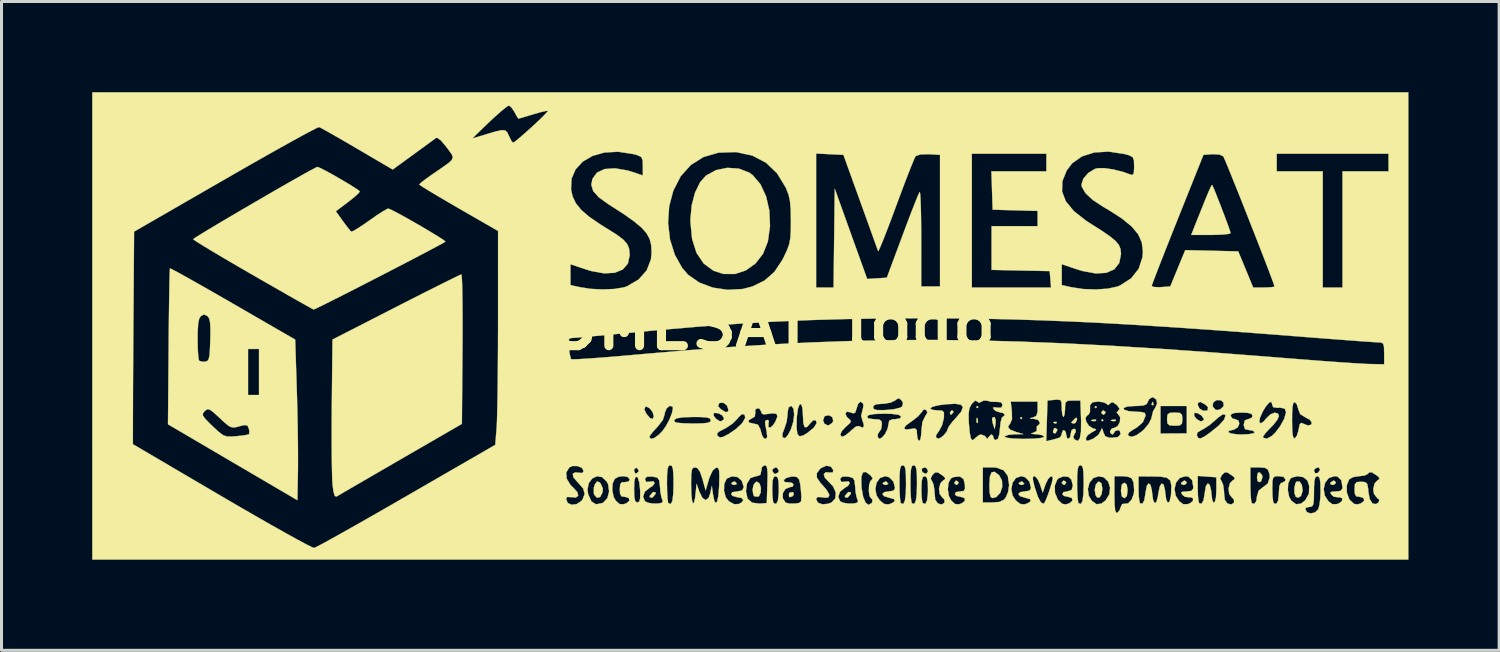
<source format=kicad_pcb>
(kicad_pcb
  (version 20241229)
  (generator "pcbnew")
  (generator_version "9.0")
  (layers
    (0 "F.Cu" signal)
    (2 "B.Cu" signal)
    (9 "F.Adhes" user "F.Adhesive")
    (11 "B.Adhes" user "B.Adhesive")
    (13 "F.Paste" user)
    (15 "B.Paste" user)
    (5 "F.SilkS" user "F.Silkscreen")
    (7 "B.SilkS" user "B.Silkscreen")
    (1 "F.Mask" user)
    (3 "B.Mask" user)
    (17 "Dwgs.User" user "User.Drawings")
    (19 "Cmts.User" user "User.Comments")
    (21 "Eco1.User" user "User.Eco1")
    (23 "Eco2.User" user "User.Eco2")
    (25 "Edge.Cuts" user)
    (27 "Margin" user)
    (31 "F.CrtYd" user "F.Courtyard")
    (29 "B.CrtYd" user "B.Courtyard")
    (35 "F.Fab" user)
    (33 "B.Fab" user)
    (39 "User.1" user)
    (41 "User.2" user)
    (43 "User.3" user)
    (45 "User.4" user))
  (footprint "SOMESAT_logo"
    (layer "F.Cu")
    (at 21.776 7.698)
    (property "Reference" "SOMESAT_logo" (at 0 0 0) (layer "F.SilkS") (effects (font (size 1.524 1.524) (thickness 0.3))))
    (attr through_hole)
    (fp_poly (pts (xy 7.547 2.721) (xy 7.511 2.758) (xy 7.475 2.721) (xy 7.511 2.685) (xy 7.547 2.721)) (stroke (width 0.01) (type solid)) (fill yes) (layer "F.SilkS"))
    (fp_poly (pts (xy 8.999 3.084) (xy 8.963 3.121) (xy 8.926 3.084) (xy 8.963 3.048) (xy 8.999 3.084)) (stroke (width 0.01) (type solid)) (fill yes) (layer "F.SilkS"))
    (fp_poly (pts (xy 11.466 2.721) (xy 11.43 2.758) (xy 11.394 2.721) (xy 11.43 2.685) (xy 11.466 2.721)) (stroke (width 0.01) (type solid)) (fill yes) (layer "F.SilkS"))
    (fp_poly (pts (xy 11.684 3.157) (xy 11.648 3.193) (xy 11.611 3.157) (xy 11.648 3.121) (xy 11.684 3.157)) (stroke (width 0.01) (type solid)) (fill yes) (layer "F.SilkS"))
    (fp_poly (pts (xy 7.524 3.107) (xy 7.533 3.22) (xy 7.519 3.246) (xy 7.486 3.224) (xy 7.481 3.151) (xy 7.498 3.073) (xy 7.524 3.107)) (stroke (width 0.01) (type solid)) (fill yes) (layer "F.SilkS"))
    (fp_poly (pts (xy 10.136 3.217) (xy 10.126 3.26) (xy 10.087 3.266) (xy 10.028 3.239) (xy 10.039 3.217) (xy 10.125 3.209) (xy 10.136 3.217)) (stroke (width 0.01) (type solid)) (fill yes) (layer "F.SilkS"))
    (fp_poly (pts (xy 11.447 3.149) (xy 11.425 3.182) (xy 11.351 3.187) (xy 11.274 3.17) (xy 11.308 3.144) (xy 11.421 3.135) (xy 11.447 3.149)) (stroke (width 0.01) (type solid)) (fill yes) (layer "F.SilkS"))
    (fp_poly (pts (xy 12.1 3.149) (xy 12.078 3.182) (xy 12.005 3.187) (xy 11.927 3.17) (xy 11.961 3.144) (xy 12.074 3.135) (xy 12.1 3.149)) (stroke (width 0.01) (type solid)) (fill yes) (layer "F.SilkS"))
    (fp_poly (pts (xy 13.329 2.564) (xy 13.338 2.65) (xy 13.329 2.661) (xy 13.286 2.651) (xy 13.281 2.613) (xy 13.307 2.553) (xy 13.329 2.564)) (stroke (width 0.01) (type solid)) (fill yes) (layer "F.SilkS"))
    (fp_poly (pts (xy -0.503 5.192) (xy -0.439 5.262) (xy -0.512 5.296) (xy -0.549 5.298) (xy -0.623 5.262) (xy -0.616 5.224) (xy -0.529 5.182) (xy -0.503 5.192)) (stroke (width 0.01) (type solid)) (fill yes) (layer "F.SilkS"))
    (fp_poly (pts (xy 1.441 5.603) (xy 1.4 5.668) (xy 1.309 5.704) (xy 1.277 5.672) (xy 1.283 5.574) (xy 1.31 5.549) (xy 1.413 5.533) (xy 1.441 5.603)) (stroke (width 0.01) (type solid)) (fill yes) (layer "F.SilkS"))
    (fp_poly (pts (xy 4.504 5.192) (xy 4.569 5.262) (xy 4.495 5.296) (xy 4.459 5.298) (xy 4.384 5.262) (xy 4.391 5.224) (xy 4.478 5.182) (xy 4.504 5.192)) (stroke (width 0.01) (type solid)) (fill yes) (layer "F.SilkS"))
    (fp_poly (pts (xy 8.119 3.148) (xy 8.113 3.278) (xy 8.086 3.447) (xy 8.028 3.278) (xy 7.999 3.134) (xy 8.013 3.067) (xy 8.082 3.052) (xy 8.119 3.148)) (stroke (width 0.01) (type solid)) (fill yes) (layer "F.SilkS"))
    (fp_poly (pts (xy 9.004 5.192) (xy 9.068 5.262) (xy 8.995 5.296) (xy 8.958 5.298) (xy 8.884 5.262) (xy 8.891 5.224) (xy 8.978 5.182) (xy 9.004 5.192)) (stroke (width 0.01) (type solid)) (fill yes) (layer "F.SilkS"))
    (fp_poly (pts (xy -3.13 5.549) (xy -3.134 5.593) (xy -3.226 5.703) (xy -3.261 5.72) (xy -3.329 5.7) (xy -3.325 5.656) (xy -3.233 5.546) (xy -3.198 5.529) (xy -3.13 5.549)) (stroke (width 0.01) (type solid)) (fill yes) (layer "F.SilkS"))
    (fp_poly (pts (xy 3.329 5.549) (xy 3.325 5.593) (xy 3.233 5.703) (xy 3.198 5.72) (xy 3.13 5.7) (xy 3.134 5.656) (xy 3.226 5.546) (xy 3.261 5.529) (xy 3.329 5.549)) (stroke (width 0.01) (type solid)) (fill yes) (layer "F.SilkS"))
    (fp_poly (pts (xy 6.724 2.875) (xy 6.713 2.903) (xy 6.648 2.972) (xy 6.636 2.975) (xy 6.605 2.919) (xy 6.604 2.903) (xy 6.66 2.833) (xy 6.681 2.83) (xy 6.724 2.875)) (stroke (width 0.01) (type solid)) (fill yes) (layer "F.SilkS"))
    (fp_poly (pts (xy 6.892 5.208) (xy 6.894 5.225) (xy 6.839 5.296) (xy 6.822 5.298) (xy 6.751 5.242) (xy 6.749 5.225) (xy 6.804 5.155) (xy 6.822 5.153) (xy 6.892 5.208)) (stroke (width 0.01) (type solid)) (fill yes) (layer "F.SilkS"))
    (fp_poly (pts (xy 10.158 3.463) (xy 10.16 3.479) (xy 10.107 3.577) (xy 10.087 3.592) (xy 10.025 3.576) (xy 10.015 3.524) (xy 10.053 3.425) (xy 10.087 3.411) (xy 10.158 3.463)) (stroke (width 0.01) (type solid)) (fill yes) (layer "F.SilkS"))
    (fp_poly (pts (xy 10.448 5.208) (xy 10.45 5.225) (xy 10.395 5.296) (xy 10.378 5.298) (xy 10.307 5.242) (xy 10.305 5.225) (xy 10.36 5.155) (xy 10.378 5.153) (xy 10.448 5.208)) (stroke (width 0.01) (type solid)) (fill yes) (layer "F.SilkS"))
    (fp_poly (pts (xy 10.812 3.139) (xy 10.757 3.246) (xy 10.692 3.266) (xy 10.621 3.241) (xy 10.637 3.211) (xy 10.743 3.102) (xy 10.757 3.084) (xy 10.802 3.077) (xy 10.812 3.139)) (stroke (width 0.01) (type solid)) (fill yes) (layer "F.SilkS"))
    (fp_poly (pts (xy 11.754 2.886) (xy 11.757 2.903) (xy 11.701 2.973) (xy 11.684 2.975) (xy 11.614 2.92) (xy 11.611 2.903) (xy 11.667 2.832) (xy 11.684 2.83) (xy 11.754 2.886)) (stroke (width 0.01) (type solid)) (fill yes) (layer "F.SilkS"))
    (fp_poly (pts (xy 14.44 5.208) (xy 14.442 5.225) (xy 14.383 5.289) (xy 14.329 5.298) (xy 14.253 5.263) (xy 14.26 5.225) (xy 14.353 5.155) (xy 14.373 5.153) (xy 14.44 5.208)) (stroke (width 0.01) (type solid)) (fill yes) (layer "F.SilkS"))
    (fp_poly (pts (xy 16.932 4.969) (xy 16.945 5.044) (xy 16.903 5.171) (xy 16.855 5.207) (xy 16.784 5.171) (xy 16.764 5.044) (xy 16.792 4.902) (xy 16.855 4.88) (xy 16.932 4.969)) (stroke (width 0.01) (type solid)) (fill yes) (layer "F.SilkS"))
    (fp_poly (pts (xy 19.375 5.208) (xy 19.377 5.225) (xy 19.318 5.289) (xy 19.263 5.298) (xy 19.188 5.263) (xy 19.195 5.225) (xy 19.288 5.155) (xy 19.308 5.153) (xy 19.375 5.208)) (stroke (width 0.01) (type solid)) (fill yes) (layer "F.SilkS"))
    (fp_poly (pts (xy -4.994 5.209) (xy -4.955 5.247) (xy -4.877 5.421) (xy -4.891 5.546) (xy -4.968 5.695) (xy -5.071 5.723) (xy -5.159 5.628) (xy -5.177 5.576) (xy -5.177 5.384) (xy -5.142 5.278) (xy -5.071 5.181) (xy -4.994 5.209)) (stroke (width 0.01) (type solid)) (fill yes) (layer "F.SilkS"))
    (fp_poly (pts (xy 0.306 5.249) (xy 0.35 5.388) (xy 0.345 5.547) (xy 0.288 5.666) (xy 0.255 5.686) (xy 0.136 5.676) (xy 0.1 5.628) (xy 0.075 5.456) (xy 0.108 5.293) (xy 0.185 5.196) (xy 0.218 5.189) (xy 0.306 5.249)) (stroke (width 0.01) (type solid)) (fill yes) (layer "F.SilkS"))
    (fp_poly (pts (xy 11.62 5.245) (xy 11.648 5.424) (xy 11.648 5.437) (xy 11.62 5.614) (xy 11.553 5.713) (xy 11.474 5.712) (xy 11.424 5.636) (xy 11.396 5.459) (xy 11.428 5.294) (xy 11.505 5.197) (xy 11.539 5.189) (xy 11.62 5.245)) (stroke (width 0.01) (type solid)) (fill yes) (layer "F.SilkS"))
    (fp_poly (pts (xy 18.176 5.186) (xy 18.249 5.295) (xy 18.273 5.471) (xy 18.271 5.51) (xy 18.218 5.665) (xy 18.124 5.722) (xy 18.048 5.686) (xy 18.004 5.568) (xy 18.003 5.393) (xy 18.038 5.238) (xy 18.078 5.184) (xy 18.176 5.186)) (stroke (width 0.01) (type solid)) (fill yes) (layer "F.SilkS"))
    (fp_poly (pts (xy 12.454 5.28) (xy 12.482 5.456) (xy 12.482 5.479) (xy 12.459 5.667) (xy 12.383 5.733) (xy 12.373 5.733) (xy 12.293 5.678) (xy 12.265 5.502) (xy 12.265 5.479) (xy 12.288 5.291) (xy 12.364 5.226) (xy 12.373 5.225) (xy 12.454 5.28)) (stroke (width 0.01) (type solid)) (fill yes) (layer "F.SilkS"))
    (fp_poly (pts (xy 14.213 2.915) (xy 14.283 2.977) (xy 14.297 3.121) (xy 14.282 3.267) (xy 14.211 3.327) (xy 14.043 3.338) (xy 13.872 3.326) (xy 13.802 3.265) (xy 13.789 3.121) (xy 13.803 2.974) (xy 13.875 2.914) (xy 14.043 2.903) (xy 14.213 2.915)) (stroke (width 0.01) (type solid)) (fill yes) (layer "F.SilkS"))
    (fp_poly (pts (xy 8.232 4.976) (xy 8.327 5.152) (xy 8.336 5.362) (xy 8.27 5.559) (xy 8.142 5.696) (xy 8.014 5.733) (xy 7.953 5.695) (xy 7.92 5.562) (xy 7.91 5.312) (xy 7.91 5.298) (xy 7.928 5.019) (xy 7.985 4.876) (xy 8.085 4.864) (xy 8.232 4.976)) (stroke (width 0.01) (type solid)) (fill yes) (layer "F.SilkS"))
    (fp_poly (pts (xy 15.318 -4.551) (xy 15.393 -4.371) (xy 15.491 -4.123) (xy 15.601 -3.84) (xy 15.709 -3.556) (xy 15.803 -3.304) (xy 15.868 -3.119) (xy 15.893 -3.034) (xy 15.893 -3.034) (xy 15.826 -3.008) (xy 15.646 -2.988) (xy 15.386 -2.977) (xy 15.241 -2.975) (xy 14.589 -2.975) (xy 14.725 -3.32) (xy 14.916 -3.798) (xy 15.059 -4.154) (xy 15.162 -4.401) (xy 15.23 -4.552) (xy 15.269 -4.621) (xy 15.281 -4.628) (xy 15.318 -4.551)) (stroke (width 0.01) (type solid)) (fill yes) (layer "F.SilkS"))
    (fp_poly (pts (xy -0.38 -5.169) (xy -0.04 -5.039) (xy 0.078 -4.955) (xy 0.337 -4.65) (xy 0.524 -4.245) (xy 0.631 -3.774) (xy 0.652 -3.267) (xy 0.581 -2.757) (xy 0.421 -2.352) (xy 0.171 -2.03) (xy -0.146 -1.802) (xy -0.507 -1.683) (xy -0.89 -1.684) (xy -1.221 -1.791) (xy -1.544 -2.03) (xy -1.78 -2.381) (xy -1.926 -2.841) (xy -1.981 -3.405) (xy -1.982 -3.484) (xy -1.94 -3.952) (xy -1.829 -4.375) (xy -1.66 -4.72) (xy -1.468 -4.937) (xy -1.137 -5.118) (xy -0.76 -5.195) (xy -0.38 -5.169)) (stroke (width 0.01) (type solid)) (fill yes) (layer "F.SilkS"))
    (fp_poly (pts (xy -9.548 -1.598) (xy -9.537 -1.4) (xy -9.529 -1.091) (xy -9.524 -0.685) (xy -9.521 -0.202) (xy -9.521 0.344) (xy -9.524 0.803) (xy -9.543 3.276) (xy -11.575 4.452) (xy -12.071 4.739) (xy -12.528 5.004) (xy -12.931 5.238) (xy -13.264 5.431) (xy -13.512 5.576) (xy -13.659 5.662) (xy -13.692 5.681) (xy -13.747 5.663) (xy -13.791 5.521) (xy -13.823 5.28) (xy -13.834 5.091) (xy -13.842 4.779) (xy -13.848 4.369) (xy -13.851 3.882) (xy -13.851 3.343) (xy -13.848 2.774) (xy -13.847 2.657) (xy -13.825 0.487) (xy -11.72 -0.59) (xy -11.211 -0.85) (xy -10.742 -1.087) (xy -10.331 -1.294) (xy -9.991 -1.463) (xy -9.74 -1.586) (xy -9.593 -1.655) (xy -9.56 -1.668) (xy -9.548 -1.598)) (stroke (width 0.01) (type solid)) (fill yes) (layer "F.SilkS"))
    (fp_poly (pts (xy -14.234 -5.191) (xy -14.057 -5.101) (xy -13.824 -4.973) (xy -13.567 -4.826) (xy -13.316 -4.678) (xy -13.104 -4.547) (xy -12.962 -4.451) (xy -12.919 -4.411) (xy -12.972 -4.345) (xy -13.112 -4.219) (xy -13.31 -4.063) (xy -13.316 -4.058) (xy -13.714 -3.758) (xy -13.481 -3.433) (xy -13.344 -3.249) (xy -13.24 -3.119) (xy -13.203 -3.081) (xy -13.129 -3.109) (xy -12.967 -3.206) (xy -12.744 -3.355) (xy -12.609 -3.45) (xy -12.361 -3.623) (xy -12.152 -3.758) (xy -12.012 -3.835) (xy -11.978 -3.846) (xy -11.891 -3.812) (xy -11.71 -3.72) (xy -11.462 -3.585) (xy -11.175 -3.424) (xy -10.875 -3.251) (xy -10.59 -3.082) (xy -10.346 -2.934) (xy -10.171 -2.821) (xy -10.091 -2.759) (xy -10.089 -2.755) (xy -10.15 -2.716) (xy -10.323 -2.621) (xy -10.589 -2.479) (xy -10.929 -2.3) (xy -11.326 -2.092) (xy -11.762 -1.866) (xy -12.218 -1.631) (xy -12.676 -1.395) (xy -13.118 -1.169) (xy -13.525 -0.962) (xy -13.88 -0.783) (xy -14.164 -0.641) (xy -14.359 -0.547) (xy -14.447 -0.508) (xy -14.449 -0.508) (xy -14.517 -0.543) (xy -14.695 -0.642) (xy -14.968 -0.796) (xy -15.321 -0.996) (xy -15.738 -1.235) (xy -16.205 -1.502) (xy -16.456 -1.646) (xy -16.94 -1.927) (xy -17.382 -2.185) (xy -17.766 -2.413) (xy -18.076 -2.6) (xy -18.299 -2.738) (xy -18.417 -2.817) (xy -18.433 -2.833) (xy -18.373 -2.878) (xy -18.205 -2.985) (xy -17.947 -3.142) (xy -17.616 -3.34) (xy -17.232 -3.567) (xy -16.812 -3.814) (xy -16.374 -4.07) (xy -15.936 -4.324) (xy -15.517 -4.566) (xy -15.133 -4.785) (xy -14.804 -4.971) (xy -14.547 -5.113) (xy -14.38 -5.201) (xy -14.323 -5.225) (xy -14.234 -5.191)) (stroke (width 0.01) (type solid)) (fill yes) (layer "F.SilkS"))
    (fp_poly (pts (xy -19.136 -1.839) (xy -18.959 -1.745) (xy -18.687 -1.595) (xy -18.333 -1.396) (xy -17.914 -1.158) (xy -17.444 -0.889) (xy -17.118 -0.701) (xy -15.059 0.489) (xy -15.005 2.186) (xy -14.989 2.741) (xy -14.977 3.314) (xy -14.969 3.868) (xy -14.966 4.363) (xy -14.967 4.762) (xy -14.968 4.843) (xy -14.986 5.803) (xy -19.268 3.291) (xy -19.265 3) (xy -18.113 3) (xy -18.044 3.101) (xy -17.89 3.259) (xy -17.794 3.351) (xy -17.593 3.539) (xy -17.449 3.647) (xy -17.32 3.693) (xy -17.157 3.696) (xy -17.014 3.686) (xy -16.79 3.662) (xy -16.632 3.635) (xy -16.586 3.619) (xy -16.575 3.531) (xy -16.592 3.433) (xy -16.638 3.332) (xy -16.733 3.315) (xy -16.861 3.345) (xy -17.026 3.389) (xy -17.143 3.395) (xy -17.253 3.348) (xy -17.397 3.231) (xy -17.568 3.072) (xy -17.762 2.895) (xy -17.883 2.806) (xy -17.963 2.791) (xy -18.033 2.836) (xy -18.055 2.858) (xy -18.112 2.928) (xy -18.113 3) (xy -19.265 3) (xy -19.246 0.723) (xy -19.244 0.469) (xy -18.288 0.469) (xy -18.283 0.767) (xy -18.269 1.009) (xy -18.248 1.159) (xy -18.237 1.188) (xy -18.13 1.222) (xy -18.037 1.219) (xy -17.968 1.197) (xy -17.923 1.137) (xy -17.895 1.012) (xy -17.879 0.798) (xy -16.619 0.798) (xy -16.619 2.322) (xy -16.256 2.322) (xy -16.256 0.798) (xy -16.619 0.798) (xy -17.879 0.798) (xy -17.879 0.794) (xy -17.868 0.501) (xy -17.863 0.157) (xy -17.874 -0.07) (xy -17.903 -0.208) (xy -17.955 -0.285) (xy -17.959 -0.288) (xy -18.076 -0.344) (xy -18.179 -0.29) (xy -18.235 -0.204) (xy -18.269 -0.039) (xy -18.285 0.228) (xy -18.288 0.469) (xy -19.244 0.469) (xy -19.241 0.128) (xy -19.235 -0.42) (xy -19.228 -0.904) (xy -19.221 -1.307) (xy -19.214 -1.613) (xy -19.207 -1.806) (xy -19.202 -1.868) (xy -19.136 -1.839)) (stroke (width 0.01) (type solid)) (fill yes) (layer "F.SilkS"))
    (fp_poly (pts (xy 21.771 7.765) (xy -21.771 7.765) (xy -21.771 3.95) (xy -20.429 3.95) (xy -17.49 5.675) (xy -16.892 6.024) (xy -16.331 6.348) (xy -15.818 6.641) (xy -15.366 6.895) (xy -14.989 7.104) (xy -14.699 7.259) (xy -14.509 7.354) (xy -14.433 7.383) (xy -14.348 7.344) (xy -14.15 7.24) (xy -13.853 7.077) (xy -13.469 6.862) (xy -13.012 6.604) (xy -12.493 6.309) (xy -11.927 5.985) (xy -11.529 5.756) (xy -6.096 5.756) (xy -6.042 5.895) (xy -5.91 5.954) (xy -5.745 5.932) (xy -5.59 5.828) (xy -5.548 5.774) (xy -5.48 5.596) (xy -5.52 5.448) (xy -5.388 5.448) (xy -5.364 5.609) (xy -5.257 5.842) (xy -5.107 5.938) (xy -4.906 5.9) (xy -4.863 5.879) (xy -4.729 5.733) (xy -4.672 5.517) (xy -4.678 5.47) (xy -4.567 5.47) (xy -4.524 5.689) (xy -4.452 5.818) (xy -4.327 5.929) (xy -4.205 5.939) (xy -4.106 5.907) (xy -4.001 5.822) (xy -4.018 5.732) (xy -4.144 5.691) (xy -4.155 5.691) (xy -4.266 5.673) (xy -4.311 5.582) (xy -4.318 5.443) (xy -4.318 5.437) (xy -3.846 5.437) (xy -3.838 5.691) (xy -3.809 5.829) (xy -3.753 5.877) (xy -3.737 5.878) (xy -3.674 5.848) (xy -3.645 5.738) (xy -3.645 5.686) (xy -3.548 5.686) (xy -3.49 5.834) (xy -3.39 5.886) (xy -3.229 5.912) (xy -3.059 5.914) (xy -2.93 5.889) (xy -2.894 5.839) (xy -2.944 5.693) (xy -2.972 5.544) (xy -2.991 5.334) (xy -3.002 5.249) (xy -2.758 5.249) (xy -2.752 5.532) (xy -2.739 5.757) (xy -2.719 5.886) (xy -2.711 5.901) (xy -2.633 5.928) (xy -2.579 5.827) (xy -2.549 5.591) (xy -2.541 5.286) (xy -1.959 5.286) (xy -1.951 5.594) (xy -1.929 5.804) (xy -1.899 5.904) (xy -1.864 5.885) (xy -1.829 5.737) (xy -1.814 5.613) (xy -1.777 5.261) (xy -1.681 5.534) (xy -1.58 5.732) (xy -1.474 5.797) (xy -1.379 5.726) (xy -1.324 5.57) (xy -1.273 5.334) (xy -1.235 5.609) (xy -1.192 5.821) (xy -1.145 5.898) (xy -1.099 5.847) (xy -1.06 5.676) (xy -1.043 5.487) (xy -0.871 5.487) (xy -0.813 5.704) (xy -0.71 5.838) (xy -0.53 5.935) (xy -0.383 5.928) (xy -0.292 5.881) (xy -0.229 5.797) (xy -0.29 5.729) (xy -0.451 5.699) (xy -0.588 5.66) (xy -0.635 5.606) (xy -0.598 5.537) (xy -0.441 5.515) (xy -0.394 5.505) (xy -0.145 5.505) (xy -0.093 5.747) (xy 0.061 5.885) (xy 0.305 5.916) (xy 0.544 5.897) (xy 0.56 5.431) (xy 0.726 5.431) (xy 0.733 5.667) (xy 0.752 5.839) (xy 0.772 5.901) (xy 0.856 5.926) (xy 0.913 5.815) (xy 0.922 5.736) (xy 1.073 5.736) (xy 1.165 5.877) (xy 1.18 5.887) (xy 1.296 5.914) (xy 1.477 5.914) (xy 1.618 5.894) (xy 1.681 5.836) (xy 1.686 5.765) (xy 2.177 5.765) (xy 2.237 5.884) (xy 2.387 5.939) (xy 2.582 5.92) (xy 2.69 5.876) (xy 2.814 5.741) (xy 2.818 5.686) (xy 2.91 5.686) (xy 2.969 5.834) (xy 3.069 5.886) (xy 3.23 5.912) (xy 3.4 5.914) (xy 3.528 5.889) (xy 3.565 5.839) (xy 3.515 5.693) (xy 3.486 5.544) (xy 3.468 5.334) (xy 3.444 5.146) (xy 3.383 5.058) (xy 3.289 5.035) (xy 3.673 5.035) (xy 3.676 5.32) (xy 3.684 5.407) (xy 3.735 5.695) (xy 3.814 5.882) (xy 3.909 5.956) (xy 4.01 5.902) (xy 4.036 5.864) (xy 4.037 5.772) (xy 4.004 5.75) (xy 3.946 5.664) (xy 3.922 5.499) (xy 3.925 5.429) (xy 4.137 5.429) (xy 4.177 5.645) (xy 4.282 5.806) (xy 4.427 5.924) (xy 4.56 5.942) (xy 4.675 5.907) (xy 4.781 5.834) (xy 4.751 5.765) (xy 4.596 5.72) (xy 4.427 5.67) (xy 4.37 5.597) (xy 4.431 5.535) (xy 4.566 5.515) (xy 4.738 5.487) (xy 4.79 5.402) (xy 4.752 5.249) (xy 4.935 5.249) (xy 4.94 5.532) (xy 4.954 5.757) (xy 4.974 5.886) (xy 4.981 5.901) (xy 5.06 5.928) (xy 5.113 5.827) (xy 5.144 5.591) (xy 5.153 5.257) (xy 5.152 5.249) (xy 5.298 5.249) (xy 5.303 5.532) (xy 5.317 5.757) (xy 5.337 5.886) (xy 5.344 5.901) (xy 5.422 5.928) (xy 5.476 5.827) (xy 5.507 5.591) (xy 5.511 5.431) (xy 5.661 5.431) (xy 5.668 5.667) (xy 5.687 5.839) (xy 5.707 5.901) (xy 5.79 5.926) (xy 5.847 5.815) (xy 5.876 5.573) (xy 5.878 5.439) (xy 5.87 5.187) (xy 5.848 5.091) (xy 5.966 5.091) (xy 6.012 5.17) (xy 6.065 5.291) (xy 6.094 5.492) (xy 6.096 5.56) (xy 6.12 5.788) (xy 6.203 5.907) (xy 6.328 5.945) (xy 6.406 5.899) (xy 6.428 5.869) (xy 6.418 5.772) (xy 6.36 5.72) (xy 6.266 5.596) (xy 6.248 5.445) (xy 6.535 5.445) (xy 6.571 5.666) (xy 6.652 5.818) (xy 6.776 5.929) (xy 6.898 5.939) (xy 6.997 5.907) (xy 7.102 5.822) (xy 7.086 5.731) (xy 6.962 5.691) (xy 6.956 5.691) (xy 6.818 5.659) (xy 6.769 5.606) (xy 6.803 5.535) (xy 6.929 5.515) (xy 7.059 5.499) (xy 7.104 5.421) (xy 7.098 5.28) (xy 7.056 5.104) (xy 6.953 5.029) (xy 6.908 5.02) (xy 6.731 5.036) (xy 6.636 5.083) (xy 6.557 5.23) (xy 6.535 5.445) (xy 6.248 5.445) (xy 6.244 5.413) (xy 6.292 5.24) (xy 6.368 5.16) (xy 6.451 5.099) (xy 6.423 5.036) (xy 6.35 4.978) (xy 6.205 4.883) (xy 6.111 4.886) (xy 6.021 4.974) (xy 5.966 5.091) (xy 5.848 5.091) (xy 5.84 5.053) (xy 5.781 5.008) (xy 5.769 5.007) (xy 5.705 5.042) (xy 5.672 5.162) (xy 5.661 5.397) (xy 5.661 5.431) (xy 5.511 5.431) (xy 5.515 5.257) (xy 5.511 4.95) (xy 5.494 4.762) (xy 5.493 4.761) (xy 5.669 4.761) (xy 5.687 4.862) (xy 5.709 4.886) (xy 5.815 4.933) (xy 5.876 4.857) (xy 5.878 4.826) (xy 5.82 4.73) (xy 5.769 4.717) (xy 7.693 4.717) (xy 7.693 5.878) (xy 8.015 5.878) (xy 8.247 5.859) (xy 8.39 5.787) (xy 8.45 5.717) (xy 8.529 5.532) (xy 8.545 5.429) (xy 8.637 5.429) (xy 8.676 5.645) (xy 8.781 5.806) (xy 8.927 5.924) (xy 9.06 5.942) (xy 9.174 5.907) (xy 9.28 5.834) (xy 9.251 5.765) (xy 9.095 5.72) (xy 8.926 5.67) (xy 8.87 5.597) (xy 8.931 5.535) (xy 9.065 5.515) (xy 9.238 5.487) (xy 9.289 5.402) (xy 9.236 5.188) (xy 9.183 5.132) (xy 9.351 5.132) (xy 9.399 5.332) (xy 9.415 5.388) (xy 9.519 5.698) (xy 9.615 5.876) (xy 9.699 5.919) (xy 9.726 5.9) (xy 9.777 5.802) (xy 9.851 5.616) (xy 9.896 5.484) (xy 9.948 5.318) (xy 10.075 5.318) (xy 10.081 5.559) (xy 10.17 5.774) (xy 10.195 5.805) (xy 10.323 5.923) (xy 10.438 5.942) (xy 10.553 5.907) (xy 10.658 5.822) (xy 10.642 5.731) (xy 10.518 5.691) (xy 10.512 5.691) (xy 10.374 5.659) (xy 10.325 5.606) (xy 10.359 5.535) (xy 10.481 5.515) (xy 10.63 5.466) (xy 10.673 5.32) (xy 10.655 5.249) (xy 10.813 5.249) (xy 10.818 5.532) (xy 10.832 5.757) (xy 10.852 5.886) (xy 10.86 5.901) (xy 10.938 5.928) (xy 10.992 5.827) (xy 11.022 5.591) (xy 11.026 5.436) (xy 11.168 5.436) (xy 11.2 5.659) (xy 11.296 5.818) (xy 11.456 5.935) (xy 11.618 5.915) (xy 11.757 5.806) (xy 11.88 5.606) (xy 11.904 5.386) (xy 11.841 5.187) (xy 11.701 5.048) (xy 11.539 5.007) (xy 12.047 5.007) (xy 12.047 5.63) (xy 12.053 5.947) (xy 12.072 6.137) (xy 12.107 6.219) (xy 12.138 6.223) (xy 12.221 6.135) (xy 12.237 6.084) (xy 18.361 6.084) (xy 18.415 6.199) (xy 18.541 6.24) (xy 18.687 6.206) (xy 18.793 6.101) (xy 18.833 5.957) (xy 18.86 5.722) (xy 18.869 5.484) (xy 18.867 5.431) (xy 18.972 5.431) (xy 19.009 5.653) (xy 19.128 5.837) (xy 19.261 5.936) (xy 19.402 5.933) (xy 19.479 5.907) (xy 19.578 5.828) (xy 19.585 5.741) (xy 19.505 5.702) (xy 19.462 5.709) (xy 19.311 5.687) (xy 19.236 5.629) (xy 19.189 5.551) (xy 19.203 5.543) (xy 19.737 5.543) (xy 19.813 5.758) (xy 19.848 5.806) (xy 19.976 5.923) (xy 20.091 5.942) (xy 20.205 5.907) (xy 20.31 5.822) (xy 20.293 5.732) (xy 20.167 5.691) (xy 20.157 5.691) (xy 20.046 5.673) (xy 20.001 5.582) (xy 19.993 5.443) (xy 20.005 5.272) (xy 20.066 5.203) (xy 20.211 5.192) (xy 20.345 5.204) (xy 20.412 5.263) (xy 20.441 5.406) (xy 20.451 5.53) (xy 20.497 5.771) (xy 20.586 5.911) (xy 20.704 5.931) (xy 20.786 5.876) (xy 20.814 5.79) (xy 20.737 5.725) (xy 20.637 5.595) (xy 20.61 5.443) (xy 20.655 5.252) (xy 20.737 5.16) (xy 20.82 5.099) (xy 20.792 5.036) (xy 20.719 4.978) (xy 20.566 4.88) (xy 20.474 4.883) (xy 20.429 4.935) (xy 20.332 4.985) (xy 20.157 5.007) (xy 20.143 5.007) (xy 19.951 5.037) (xy 19.819 5.108) (xy 19.816 5.111) (xy 19.737 5.304) (xy 19.737 5.543) (xy 19.203 5.543) (xy 19.246 5.52) (xy 19.368 5.515) (xy 19.532 5.494) (xy 19.592 5.414) (xy 19.594 5.376) (xy 19.554 5.141) (xy 19.432 5.023) (xy 19.334 5.007) (xy 19.144 5.068) (xy 19.02 5.222) (xy 18.972 5.431) (xy 18.867 5.431) (xy 18.861 5.218) (xy 18.836 5.069) (xy 18.786 5.011) (xy 18.76 5.007) (xy 18.701 5.037) (xy 18.667 5.145) (xy 18.652 5.356) (xy 18.651 5.515) (xy 18.647 5.782) (xy 18.629 5.935) (xy 18.589 6.005) (xy 18.517 6.023) (xy 18.506 6.023) (xy 18.388 6.049) (xy 18.361 6.084) (xy 12.237 6.084) (xy 12.251 6.04) (xy 12.305 5.929) (xy 12.369 5.923) (xy 12.501 5.907) (xy 12.617 5.784) (xy 12.689 5.592) (xy 12.7 5.48) (xy 12.697 5.433) (xy 12.845 5.433) (xy 12.853 5.669) (xy 12.874 5.842) (xy 12.895 5.904) (xy 12.974 5.918) (xy 13.036 5.802) (xy 13.075 5.568) (xy 13.076 5.557) (xy 13.117 5.332) (xy 13.178 5.245) (xy 13.242 5.296) (xy 13.287 5.484) (xy 13.295 5.565) (xy 13.328 5.801) (xy 13.38 5.901) (xy 13.437 5.862) (xy 13.486 5.682) (xy 13.498 5.594) (xy 13.546 5.355) (xy 13.608 5.25) (xy 13.671 5.28) (xy 13.718 5.448) (xy 13.73 5.565) (xy 13.763 5.79) (xy 13.815 5.886) (xy 13.871 5.85) (xy 13.914 5.677) (xy 13.921 5.615) (xy 13.929 5.431) (xy 14.037 5.431) (xy 14.074 5.653) (xy 14.193 5.837) (xy 14.326 5.936) (xy 14.467 5.933) (xy 14.545 5.907) (xy 14.643 5.828) (xy 14.65 5.741) (xy 14.57 5.702) (xy 14.527 5.709) (xy 14.376 5.687) (xy 14.301 5.629) (xy 14.254 5.551) (xy 14.311 5.52) (xy 14.433 5.515) (xy 14.597 5.494) (xy 14.647 5.427) (xy 14.805 5.427) (xy 14.812 5.664) (xy 14.833 5.84) (xy 14.854 5.904) (xy 14.933 5.918) (xy 14.996 5.802) (xy 15.035 5.568) (xy 15.036 5.557) (xy 15.076 5.332) (xy 15.138 5.245) (xy 15.201 5.296) (xy 15.247 5.484) (xy 15.254 5.565) (xy 15.284 5.794) (xy 15.328 5.887) (xy 15.374 5.852) (xy 15.409 5.698) (xy 15.421 5.461) (xy 15.421 5.091) (xy 15.546 5.091) (xy 15.591 5.17) (xy 15.644 5.291) (xy 15.673 5.492) (xy 15.675 5.56) (xy 15.699 5.788) (xy 15.782 5.907) (xy 15.907 5.945) (xy 15.986 5.899) (xy 16.008 5.869) (xy 15.998 5.772) (xy 15.94 5.72) (xy 15.846 5.596) (xy 15.824 5.413) (xy 15.872 5.24) (xy 15.948 5.16) (xy 16.031 5.099) (xy 16.002 5.036) (xy 15.929 4.978) (xy 15.785 4.883) (xy 15.691 4.886) (xy 15.6 4.974) (xy 15.546 5.091) (xy 15.421 5.091) (xy 15.421 5.044) (xy 15.113 5.021) (xy 14.805 4.999) (xy 14.805 5.427) (xy 14.647 5.427) (xy 14.657 5.414) (xy 14.659 5.376) (xy 14.619 5.141) (xy 14.497 5.023) (xy 14.399 5.007) (xy 14.209 5.068) (xy 14.085 5.222) (xy 14.037 5.431) (xy 13.929 5.431) (xy 13.934 5.328) (xy 13.896 5.151) (xy 13.782 5.058) (xy 13.565 5.022) (xy 13.353 5.016) (xy 12.845 5.011) (xy 12.845 5.433) (xy 12.697 5.433) (xy 12.683 5.222) (xy 12.617 5.078) (xy 12.478 5.017) (xy 12.329 5.007) (xy 12.047 5.007) (xy 11.539 5.007) (xy 11.35 5.069) (xy 11.222 5.225) (xy 11.168 5.436) (xy 11.026 5.436) (xy 11.031 5.257) (xy 11.026 4.95) (xy 11.009 4.762) (xy 10.993 4.717) (xy 16.546 4.717) (xy 16.546 5.286) (xy 16.552 5.56) (xy 16.567 5.775) (xy 16.587 5.892) (xy 16.593 5.901) (xy 16.678 5.922) (xy 16.743 5.827) (xy 16.764 5.673) (xy 16.821 5.483) (xy 16.889 5.431) (xy 17.272 5.431) (xy 17.279 5.667) (xy 17.299 5.839) (xy 17.318 5.901) (xy 17.403 5.925) (xy 17.462 5.821) (xy 17.489 5.604) (xy 17.49 5.547) (xy 17.495 5.47) (xy 17.785 5.47) (xy 17.828 5.689) (xy 17.9 5.818) (xy 18.06 5.935) (xy 18.222 5.915) (xy 18.361 5.806) (xy 18.483 5.589) (xy 18.493 5.328) (xy 18.431 5.148) (xy 18.303 5.042) (xy 18.112 5.008) (xy 17.928 5.05) (xy 17.867 5.095) (xy 17.797 5.249) (xy 17.785 5.47) (xy 17.495 5.47) (xy 17.504 5.334) (xy 17.554 5.237) (xy 17.599 5.225) (xy 17.695 5.167) (xy 17.707 5.116) (xy 17.643 5.03) (xy 17.49 5.007) (xy 17.368 5.013) (xy 17.303 5.055) (xy 17.277 5.166) (xy 17.272 5.381) (xy 17.272 5.431) (xy 16.889 5.431) (xy 16.921 5.406) (xy 17.121 5.253) (xy 17.189 5.04) (xy 17.172 4.91) (xy 17.141 4.832) (xy 18.651 4.832) (xy 18.693 4.912) (xy 18.78 4.899) (xy 18.852 4.803) (xy 18.82 4.729) (xy 18.766 4.717) (xy 18.666 4.776) (xy 18.651 4.832) (xy 17.141 4.832) (xy 17.121 4.784) (xy 17.021 4.729) (xy 16.835 4.717) (xy 16.546 4.717) (xy 10.993 4.717) (xy 10.975 4.669) (xy 10.922 4.645) (xy 10.867 4.671) (xy 10.834 4.768) (xy 10.817 4.961) (xy 10.813 5.249) (xy 10.655 5.249) (xy 10.624 5.122) (xy 10.523 5.03) (xy 10.361 5.015) (xy 10.202 5.077) (xy 10.157 5.12) (xy 10.075 5.318) (xy 9.948 5.318) (xy 9.978 5.225) (xy 10.008 5.078) (xy 9.99 5.019) (xy 9.929 5.024) (xy 9.851 5.106) (xy 9.77 5.271) (xy 9.759 5.302) (xy 9.675 5.552) (xy 9.585 5.28) (xy 9.507 5.107) (xy 9.421 5.013) (xy 9.4 5.007) (xy 9.352 5.034) (xy 9.351 5.132) (xy 9.183 5.132) (xy 9.098 5.044) (xy 8.963 5.007) (xy 8.789 5.068) (xy 8.678 5.223) (xy 8.637 5.429) (xy 8.545 5.429) (xy 8.563 5.306) (xy 8.563 5.298) (xy 8.52 5) (xy 8.383 4.812) (xy 8.147 4.725) (xy 8.015 4.717) (xy 7.693 4.717) (xy 5.769 4.717) (xy 5.669 4.761) (xy 5.493 4.761) (xy 5.46 4.669) (xy 5.407 4.645) (xy 5.352 4.671) (xy 5.318 4.768) (xy 5.302 4.961) (xy 5.298 5.249) (xy 5.152 5.249) (xy 5.148 4.95) (xy 5.131 4.762) (xy 5.097 4.669) (xy 5.044 4.645) (xy 4.989 4.671) (xy 4.955 4.768) (xy 4.939 4.961) (xy 4.935 5.249) (xy 4.752 5.249) (xy 4.736 5.188) (xy 4.599 5.044) (xy 4.463 5.007) (xy 4.29 5.068) (xy 4.178 5.223) (xy 4.137 5.429) (xy 3.925 5.429) (xy 3.929 5.315) (xy 3.969 5.174) (xy 4.009 5.135) (xy 4.051 5.082) (xy 3.978 4.983) (xy 3.823 4.868) (xy 3.722 4.885) (xy 3.673 5.035) (xy 3.289 5.035) (xy 3.249 5.025) (xy 3.211 5.021) (xy 3.042 5.023) (xy 2.979 5.084) (xy 2.975 5.117) (xy 3.016 5.2) (xy 3.114 5.191) (xy 3.254 5.179) (xy 3.294 5.239) (xy 3.227 5.332) (xy 3.141 5.384) (xy 2.968 5.52) (xy 2.91 5.686) (xy 2.818 5.686) (xy 2.829 5.552) (xy 2.742 5.349) (xy 2.603 5.203) (xy 2.465 5.058) (xy 2.431 4.94) (xy 2.498 4.877) (xy 2.625 4.887) (xy 2.732 4.885) (xy 2.743 4.803) (xy 2.662 4.687) (xy 2.513 4.662) (xy 2.345 4.735) (xy 2.317 4.758) (xy 2.201 4.906) (xy 2.202 5.055) (xy 2.324 5.235) (xy 2.395 5.309) (xy 2.531 5.47) (xy 2.607 5.608) (xy 2.613 5.639) (xy 2.578 5.714) (xy 2.452 5.718) (xy 2.395 5.708) (xy 2.233 5.695) (xy 2.178 5.752) (xy 2.177 5.765) (xy 1.686 5.765) (xy 1.69 5.698) (xy 1.683 5.579) (xy 1.655 5.288) (xy 1.613 5.116) (xy 1.54 5.035) (xy 1.421 5.017) (xy 1.36 5.021) (xy 1.194 5.064) (xy 1.106 5.134) (xy 1.106 5.135) (xy 1.137 5.202) (xy 1.238 5.207) (xy 1.378 5.228) (xy 1.431 5.28) (xy 1.4 5.353) (xy 1.315 5.37) (xy 1.162 5.429) (xy 1.077 5.569) (xy 1.073 5.736) (xy 0.922 5.736) (xy 0.941 5.573) (xy 0.943 5.439) (xy 0.935 5.187) (xy 0.905 5.053) (xy 0.846 5.008) (xy 0.835 5.007) (xy 0.771 5.042) (xy 0.737 5.162) (xy 0.726 5.397) (xy 0.726 5.431) (xy 0.56 5.431) (xy 0.565 5.271) (xy 0.572 4.963) (xy 0.566 4.826) (xy 0.726 4.826) (xy 0.784 4.922) (xy 0.835 4.935) (xy 0.931 4.877) (xy 0.943 4.826) (xy 0.885 4.73) (xy 0.835 4.717) (xy 0.738 4.775) (xy 0.726 4.826) (xy 0.566 4.826) (xy 0.563 4.774) (xy 0.536 4.676) (xy 0.487 4.645) (xy 0.475 4.645) (xy 0.384 4.707) (xy 0.363 4.826) (xy 0.333 4.964) (xy 0.215 5.007) (xy 0.184 5.007) (xy 0.001 5.071) (xy -0.111 5.253) (xy -0.145 5.505) (xy -0.394 5.505) (xy -0.269 5.48) (xy -0.216 5.367) (xy -0.28 5.172) (xy -0.293 5.148) (xy -0.424 5.036) (xy -0.607 5.013) (xy -0.774 5.085) (xy -0.784 5.095) (xy -0.863 5.262) (xy -0.871 5.487) (xy -1.043 5.487) (xy -1.035 5.393) (xy -1.031 5.31) (xy -1.024 5.014) (xy -1.03 4.836) (xy -1.055 4.749) (xy -1.104 4.726) (xy -1.138 4.73) (xy -1.247 4.822) (xy -1.349 5.045) (xy -1.372 5.117) (xy -1.478 5.479) (xy -1.584 5.098) (xy -1.665 4.861) (xy -1.747 4.743) (xy -1.825 4.717) (xy -1.893 4.732) (xy -1.933 4.797) (xy -1.953 4.941) (xy -1.959 5.193) (xy -1.959 5.286) (xy -2.541 5.286) (xy -2.54 5.257) (xy -2.545 4.95) (xy -2.562 4.762) (xy -2.596 4.669) (xy -2.649 4.645) (xy -2.704 4.671) (xy -2.737 4.768) (xy -2.754 4.961) (xy -2.758 5.249) (xy -3.002 5.249) (xy -3.015 5.146) (xy -3.076 5.058) (xy -3.21 5.025) (xy -3.248 5.021) (xy -3.417 5.023) (xy -3.48 5.084) (xy -3.483 5.117) (xy -3.443 5.2) (xy -3.344 5.191) (xy -3.204 5.179) (xy -3.165 5.239) (xy -3.232 5.332) (xy -3.318 5.384) (xy -3.491 5.52) (xy -3.548 5.686) (xy -3.645 5.686) (xy -3.644 5.518) (xy -3.646 5.467) (xy -3.673 5.211) (xy -3.723 5.057) (xy -3.756 5.025) (xy -3.809 5.052) (xy -3.838 5.19) (xy -3.846 5.437) (xy -4.318 5.437) (xy -4.305 5.273) (xy -4.249 5.208) (xy -4.155 5.206) (xy -4.02 5.181) (xy -3.991 5.115) (xy -4.051 5.038) (xy -4.192 5.008) (xy -4.356 5.026) (xy -4.485 5.095) (xy -4.555 5.249) (xy -4.567 5.47) (xy -4.678 5.47) (xy -4.701 5.286) (xy -4.752 5.182) (xy -4.906 5.037) (xy -5.076 5.011) (xy -5.232 5.085) (xy -5.345 5.237) (xy -5.388 5.448) (xy -5.52 5.448) (xy -5.527 5.42) (xy -5.7 5.22) (xy -5.726 5.195) (xy -5.854 5.042) (xy -5.875 4.929) (xy -5.791 4.881) (xy -5.697 4.892) (xy -5.557 4.903) (xy -5.515 4.831) (xy -5.515 4.829) (xy -5.517 4.826) (xy -3.846 4.826) (xy -3.809 4.916) (xy -3.768 4.921) (xy -3.693 4.846) (xy -3.69 4.826) (xy -3.747 4.741) (xy -3.768 4.731) (xy -3.834 4.766) (xy -3.846 4.826) (xy -5.517 4.826) (xy -5.577 4.729) (xy -5.72 4.672) (xy -5.885 4.671) (xy -5.988 4.718) (xy -6.091 4.885) (xy -6.075 5.091) (xy -5.949 5.3) (xy -5.868 5.377) (xy -5.724 5.533) (xy -5.694 5.653) (xy -5.773 5.714) (xy -5.922 5.701) (xy -6.062 5.695) (xy -6.096 5.756) (xy -11.529 5.756) (xy -11.377 5.668) (xy -8.438 3.97) (xy -8.429 3.85) (xy 9.792 3.85) (xy 9.994 3.802) (xy 10.16 3.757) (xy 10.251 3.723) (xy 10.3 3.633) (xy 10.305 3.588) (xy 10.346 3.494) (xy 10.378 3.483) (xy 10.437 3.544) (xy 10.45 3.629) (xy 10.481 3.746) (xy 10.523 3.774) (xy 10.584 3.713) (xy 10.595 3.641) (xy 10.628 3.485) (xy 10.713 3.439) (xy 10.754 3.456) (xy 10.771 3.535) (xy 10.733 3.602) (xy 10.683 3.715) (xy 10.729 3.791) (xy 10.833 3.843) (xy 10.903 3.756) (xy 10.941 3.53) (xy 10.945 3.163) (xy 10.943 3.114) (xy 10.942 3.081) (xy 11.089 3.081) (xy 11.117 3.211) (xy 11.205 3.341) (xy 11.332 3.424) (xy 11.357 3.43) (xy 11.442 3.455) (xy 11.412 3.496) (xy 11.303 3.554) (xy 11.162 3.652) (xy 11.103 3.749) (xy 11.115 3.827) (xy 11.175 3.835) (xy 11.321 3.777) (xy 11.353 3.763) (xy 11.509 3.647) (xy 11.587 3.527) (xy 11.626 3.427) (xy 11.655 3.455) (xy 11.682 3.556) (xy 11.741 3.683) (xy 11.863 3.732) (xy 11.977 3.737) (xy 12.166 3.712) (xy 12.247 3.626) (xy 12.251 3.61) (xy 12.223 3.502) (xy 12.161 3.483) (xy 12.061 3.521) (xy 12.047 3.556) (xy 11.992 3.626) (xy 11.974 3.629) (xy 11.91 3.57) (xy 11.902 3.52) (xy 11.962 3.43) (xy 12.039 3.411) (xy 12.156 3.351) (xy 12.229 3.213) (xy 12.238 3.06) (xy 12.178 2.964) (xy 12.121 2.898) (xy 12.176 2.843) (xy 12.218 2.775) (xy 12.201 2.752) (xy 12.351 2.752) (xy 12.367 2.808) (xy 12.515 2.855) (xy 12.743 2.874) (xy 12.956 2.886) (xy 13.057 2.92) (xy 13.078 2.989) (xy 13.074 3.019) (xy 12.987 3.226) (xy 12.791 3.395) (xy 12.687 3.454) (xy 12.529 3.562) (xy 12.491 3.65) (xy 12.576 3.697) (xy 12.635 3.701) (xy 12.745 3.663) (xy 14.777 3.663) (xy 14.826 3.748) (xy 14.902 3.759) (xy 15.034 3.691) (xy 15.211 3.567) (xy 15.229 3.552) (xy 15.817 3.552) (xy 15.907 3.594) (xy 16.088 3.622) (xy 16.256 3.629) (xy 16.488 3.618) (xy 16.645 3.589) (xy 16.691 3.556) (xy 16.629 3.501) (xy 16.51 3.483) (xy 16.372 3.453) (xy 16.329 3.335) (xy 16.329 3.302) (xy 16.35 3.213) (xy 16.843 3.213) (xy 16.887 3.26) (xy 16.986 3.198) (xy 17.071 3.095) (xy 17.21 2.962) (xy 17.352 2.906) (xy 17.458 2.934) (xy 17.49 3.023) (xy 17.44 3.138) (xy 17.313 3.303) (xy 17.204 3.415) (xy 17.054 3.572) (xy 16.969 3.689) (xy 16.962 3.73) (xy 17.085 3.77) (xy 17.25 3.68) (xy 17.363 3.574) (xy 17.524 3.365) (xy 17.641 3.157) (xy 17.925 3.157) (xy 17.931 3.475) (xy 17.949 3.667) (xy 17.984 3.751) (xy 18.016 3.756) (xy 18.084 3.671) (xy 18.137 3.499) (xy 18.143 3.462) (xy 18.178 3.292) (xy 18.231 3.243) (xy 18.288 3.267) (xy 18.451 3.332) (xy 18.557 3.303) (xy 18.578 3.237) (xy 18.517 3.144) (xy 18.369 3.062) (xy 18.366 3.061) (xy 18.194 2.955) (xy 18.13 2.787) (xy 18.083 2.631) (xy 18.016 2.558) (xy 17.97 2.582) (xy 17.941 2.702) (xy 17.927 2.937) (xy 17.925 3.157) (xy 17.641 3.157) (xy 17.658 3.125) (xy 17.667 3.106) (xy 17.727 2.892) (xy 17.683 2.773) (xy 17.526 2.739) (xy 17.435 2.747) (xy 17.3 2.726) (xy 17.272 2.654) (xy 17.244 2.549) (xy 17.167 2.571) (xy 17.05 2.713) (xy 16.957 2.866) (xy 16.863 3.076) (xy 16.843 3.213) (xy 16.35 3.213) (xy 16.363 3.16) (xy 16.474 3.121) (xy 16.592 3.075) (xy 16.619 3.012) (xy 16.58 2.943) (xy 16.446 2.91) (xy 16.256 2.903) (xy 16.028 2.915) (xy 15.916 2.955) (xy 15.893 3.012) (xy 15.954 3.1) (xy 16.043 3.121) (xy 16.154 3.167) (xy 16.18 3.274) (xy 16.128 3.39) (xy 16.008 3.466) (xy 15.984 3.47) (xy 15.837 3.508) (xy 15.817 3.552) (xy 15.229 3.552) (xy 15.501 3.333) (xy 15.673 3.143) (xy 15.722 3.005) (xy 15.71 2.973) (xy 15.628 2.964) (xy 15.469 3.077) (xy 15.395 3.146) (xy 15.198 3.314) (xy 15.003 3.443) (xy 14.933 3.477) (xy 14.789 3.567) (xy 14.777 3.663) (xy 12.745 3.663) (xy 12.775 3.652) (xy 12.954 3.528) (xy 13.034 3.454) (xy 13.182 3.274) (xy 13.27 3.102) (xy 13.281 3.043) (xy 13.329 2.854) (xy 13.391 2.756) (xy 13.424 2.685) (xy 13.571 2.685) (xy 13.571 3.597) (xy 14.006 3.595) (xy 14.442 3.592) (xy 14.442 3.139) (xy 14.442 3.008) (xy 14.685 3.008) (xy 14.763 3.113) (xy 14.88 3.185) (xy 14.928 3.193) (xy 15.007 3.148) (xy 15.006 3.108) (xy 14.926 2.999) (xy 14.803 2.922) (xy 14.7 2.913) (xy 14.689 2.922) (xy 14.685 3.008) (xy 14.442 3.008) (xy 14.442 2.685) (xy 13.571 2.685) (xy 13.424 2.685) (xy 13.442 2.645) (xy 14.805 2.645) (xy 14.859 2.767) (xy 14.98 2.843) (xy 15.105 2.84) (xy 15.131 2.821) (xy 15.144 2.726) (xy 15.097 2.679) (xy 15.294 2.679) (xy 15.321 2.731) (xy 15.399 2.815) (xy 15.476 2.817) (xy 15.561 2.786) (xy 15.662 2.691) (xy 15.655 2.568) (xy 15.566 2.493) (xy 15.425 2.491) (xy 15.32 2.567) (xy 15.294 2.679) (xy 15.097 2.679) (xy 15.063 2.644) (xy 14.9 2.551) (xy 14.818 2.573) (xy 14.805 2.645) (xy 13.442 2.645) (xy 13.459 2.61) (xy 13.434 2.471) (xy 13.329 2.397) (xy 13.302 2.395) (xy 13.199 2.456) (xy 13.156 2.54) (xy 13.112 2.625) (xy 13.011 2.669) (xy 12.816 2.684) (xy 12.722 2.685) (xy 12.468 2.705) (xy 12.351 2.752) (xy 12.201 2.752) (xy 12.146 2.673) (xy 12.117 2.646) (xy 11.996 2.56) (xy 11.924 2.581) (xy 11.906 2.605) (xy 11.837 2.658) (xy 11.798 2.62) (xy 11.698 2.566) (xy 11.52 2.54) (xy 11.498 2.54) (xy 11.319 2.564) (xy 11.241 2.658) (xy 11.239 2.853) (xy 11.241 2.876) (xy 11.193 2.972) (xy 11.146 2.999) (xy 11.089 3.081) (xy 10.942 3.081) (xy 10.922 2.504) (xy 10.668 2.504) (xy 10.502 2.514) (xy 10.431 2.572) (xy 10.414 2.722) (xy 10.414 2.776) (xy 10.401 2.951) (xy 10.369 3.044) (xy 10.36 3.048) (xy 10.326 2.984) (xy 10.307 2.822) (xy 10.305 2.753) (xy 10.298 2.566) (xy 10.256 2.486) (xy 10.145 2.474) (xy 10.069 2.481) (xy 9.833 2.504) (xy 9.792 3.85) (xy -8.429 3.85) (xy -8.418 3.708) (xy -3.338 3.708) (xy -3.294 3.776) (xy -3.181 3.747) (xy -3.026 3.635) (xy -3.002 3.611) (xy -1.106 3.611) (xy -1.078 3.677) (xy -1.006 3.726) (xy -0.898 3.707) (xy -0.714 3.61) (xy -0.698 3.601) (xy -0.482 3.451) (xy -0.301 3.287) (xy -0.258 3.236) (xy -0.214 3.159) (xy -0.057 3.159) (xy -0.047 3.23) (xy 0.089 3.265) (xy 0.107 3.266) (xy 0.255 3.305) (xy 0.331 3.448) (xy 0.335 3.465) (xy 0.391 3.663) (xy 0.447 3.753) (xy 0.518 3.774) (xy 0.559 3.711) (xy 0.549 3.61) (xy 1.061 3.61) (xy 1.067 3.724) (xy 1.138 3.747) (xy 1.174 3.73) (xy 1.25 3.636) (xy 1.338 3.468) (xy 1.35 3.441) (xy 1.36 3.409) (xy 1.531 3.409) (xy 1.557 3.606) (xy 1.625 3.687) (xy 1.745 3.664) (xy 1.803 3.629) (xy 2.976 3.629) (xy 3.017 3.696) (xy 3.054 3.701) (xy 3.151 3.654) (xy 3.296 3.536) (xy 3.339 3.493) (xy 3.501 3.361) (xy 3.606 3.349) (xy 3.623 3.362) (xy 3.716 3.406) (xy 3.761 3.348) (xy 3.736 3.226) (xy 3.717 3.192) (xy 3.674 3.03) (xy 3.864 3.03) (xy 3.901 3.096) (xy 4.072 3.12) (xy 4.094 3.121) (xy 4.269 3.134) (xy 4.341 3.192) (xy 4.354 3.298) (xy 4.328 3.451) (xy 4.282 3.52) (xy 4.22 3.611) (xy 4.218 3.72) (xy 4.277 3.774) (xy 4.278 3.774) (xy 4.366 3.72) (xy 4.459 3.612) (xy 4.546 3.427) (xy 4.547 3.421) (xy 5.087 3.421) (xy 5.143 3.463) (xy 5.298 3.447) (xy 5.449 3.426) (xy 5.507 3.482) (xy 5.515 3.623) (xy 5.536 3.778) (xy 5.586 3.846) (xy 5.588 3.846) (xy 5.631 3.781) (xy 5.657 3.616) (xy 5.661 3.507) (xy 5.694 3.217) (xy 5.782 3.034) (xy 5.859 2.905) (xy 5.825 2.821) (xy 5.742 2.796) (xy 5.668 2.889) (xy 5.557 3.021) (xy 5.379 3.164) (xy 5.335 3.193) (xy 5.151 3.327) (xy 5.087 3.421) (xy 4.547 3.421) (xy 4.572 3.286) (xy 4.598 3.168) (xy 4.705 3.124) (xy 4.796 3.121) (xy 4.958 3.096) (xy 4.989 3.03) (xy 4.902 2.975) (xy 4.683 2.946) (xy 4.427 2.939) (xy 4.103 2.951) (xy 3.917 2.987) (xy 3.864 3.03) (xy 3.674 3.03) (xy 3.668 3.008) (xy 3.703 2.863) (xy 3.736 2.726) (xy 4.064 2.726) (xy 4.09 2.789) (xy 4.187 2.819) (xy 4.385 2.822) (xy 4.505 2.817) (xy 4.752 2.792) (xy 4.856 2.767) (xy 5.951 2.767) (xy 6.014 2.81) (xy 6.17 2.83) (xy 6.19 2.83) (xy 6.346 2.839) (xy 6.407 2.895) (xy 6.407 3.039) (xy 6.4 3.102) (xy 6.343 3.327) (xy 6.244 3.512) (xy 6.232 3.525) (xy 6.148 3.649) (xy 6.144 3.725) (xy 6.219 3.769) (xy 6.311 3.728) (xy 6.399 3.654) (xy 6.502 3.528) (xy 6.531 3.447) (xy 6.579 3.348) (xy 6.699 3.193) (xy 6.785 3.099) (xy 6.931 2.928) (xy 7.223 2.928) (xy 7.227 3.193) (xy 7.231 3.258) (xy 7.261 3.574) (xy 7.299 3.757) (xy 7.35 3.82) (xy 7.419 3.774) (xy 7.44 3.748) (xy 7.563 3.649) (xy 7.64 3.629) (xy 7.765 3.679) (xy 7.795 3.719) (xy 7.843 3.773) (xy 7.88 3.719) (xy 7.96 3.636) (xy 7.989 3.629) (xy 8.039 3.684) (xy 8.037 3.719) (xy 8.078 3.799) (xy 8.128 3.81) (xy 8.199 3.766) (xy 8.217 3.701) (xy 8.418 3.701) (xy 8.487 3.736) (xy 8.676 3.761) (xy 8.963 3.773) (xy 9.071 3.774) (xy 9.384 3.766) (xy 9.608 3.745) (xy 9.717 3.713) (xy 9.725 3.701) (xy 9.66 3.652) (xy 9.501 3.622) (xy 9.452 3.619) (xy 9.305 3.607) (xy 9.302 3.588) (xy 9.349 3.577) (xy 9.473 3.516) (xy 9.478 3.441) (xy 9.48 3.352) (xy 9.509 3.338) (xy 9.572 3.279) (xy 9.579 3.229) (xy 9.514 3.14) (xy 9.38 3.111) (xy 9.255 3.101) (xy 9.269 3.085) (xy 9.344 3.069) (xy 9.458 3.017) (xy 9.503 2.89) (xy 9.507 2.789) (xy 9.507 2.54) (xy 8.617 2.54) (xy 8.654 2.865) (xy 8.659 3.122) (xy 8.601 3.264) (xy 8.591 3.273) (xy 8.525 3.376) (xy 8.596 3.467) (xy 8.803 3.548) (xy 9.035 3.615) (xy 8.727 3.622) (xy 8.538 3.641) (xy 8.429 3.682) (xy 8.418 3.701) (xy 8.217 3.701) (xy 8.241 3.618) (xy 8.259 3.429) (xy 8.283 3.216) (xy 8.321 3.078) (xy 8.35 3.048) (xy 8.416 2.993) (xy 8.418 2.975) (xy 8.358 2.915) (xy 8.282 2.903) (xy 8.123 2.853) (xy 8.064 2.804) (xy 8.029 2.737) (xy 8.105 2.73) (xy 8.164 2.74) (xy 8.303 2.741) (xy 8.346 2.66) (xy 8.346 2.652) (xy 8.304 2.563) (xy 8.161 2.549) (xy 8.146 2.55) (xy 7.964 2.546) (xy 7.853 2.513) (xy 7.723 2.503) (xy 7.66 2.537) (xy 7.559 2.581) (xy 7.507 2.534) (xy 7.437 2.509) (xy 7.327 2.616) (xy 7.326 2.618) (xy 7.253 2.751) (xy 7.223 2.928) (xy 6.931 2.928) (xy 6.972 2.88) (xy 7.035 2.73) (xy 6.974 2.643) (xy 6.788 2.613) (xy 6.767 2.613) (xy 6.486 2.627) (xy 6.231 2.66) (xy 6.042 2.706) (xy 5.953 2.758) (xy 5.951 2.767) (xy 4.856 2.767) (xy 4.943 2.747) (xy 5.022 2.704) (xy 5.054 2.584) (xy 5.006 2.502) (xy 4.922 2.429) (xy 4.834 2.465) (xy 4.792 2.502) (xy 4.64 2.574) (xy 4.418 2.611) (xy 4.367 2.613) (xy 4.163 2.628) (xy 4.074 2.681) (xy 4.064 2.726) (xy 3.736 2.726) (xy 3.742 2.702) (xy 3.734 2.606) (xy 3.648 2.541) (xy 3.569 2.611) (xy 3.52 2.757) (xy 3.473 2.903) (xy 3.404 2.93) (xy 3.337 2.902) (xy 3.202 2.872) (xy 3.145 2.933) (xy 3.19 3.042) (xy 3.24 3.089) (xy 3.321 3.166) (xy 3.311 3.234) (xy 3.2 3.339) (xy 3.175 3.359) (xy 3.032 3.508) (xy 2.976 3.629) (xy 1.803 3.629) (xy 1.889 3.577) (xy 2.101 3.403) (xy 2.194 3.256) (xy 2.172 3.16) (xy 2.115 3.157) (xy 2.406 3.157) (xy 2.455 3.276) (xy 2.569 3.327) (xy 2.593 3.325) (xy 2.714 3.241) (xy 2.744 3.174) (xy 2.711 3.052) (xy 2.599 2.989) (xy 2.472 3.017) (xy 2.453 3.033) (xy 2.406 3.157) (xy 2.115 3.157) (xy 2.083 3.155) (xy 1.991 3.251) (xy 1.874 3.383) (xy 1.796 3.384) (xy 1.754 3.251) (xy 1.742 3.006) (xy 1.725 2.749) (xy 1.683 2.627) (xy 1.629 2.635) (xy 1.578 2.768) (xy 1.542 3.02) (xy 1.538 3.082) (xy 1.531 3.409) (xy 1.36 3.409) (xy 1.424 3.2) (xy 1.451 2.969) (xy 1.433 2.786) (xy 1.37 2.691) (xy 1.343 2.685) (xy 1.264 2.737) (xy 1.234 2.904) (xy 1.233 2.957) (xy 1.203 3.203) (xy 1.13 3.427) (xy 1.125 3.437) (xy 1.061 3.61) (xy 0.549 3.61) (xy 0.543 3.541) (xy 0.542 3.538) (xy 0.499 3.325) (xy 0.487 3.214) (xy 0.508 3.166) (xy 0.557 3.144) (xy 0.612 3.169) (xy 0.603 3.262) (xy 0.598 3.384) (xy 0.657 3.403) (xy 0.751 3.324) (xy 0.83 3.202) (xy 0.898 3.026) (xy 0.861 2.94) (xy 0.707 2.93) (xy 0.604 2.946) (xy 0.436 2.964) (xy 0.37 2.922) (xy 0.363 2.875) (xy 0.304 2.774) (xy 0.246 2.758) (xy 0.161 2.803) (xy 0.166 2.9) (xy 0.149 3.035) (xy 0.065 3.087) (xy -0.057 3.159) (xy -0.214 3.159) (xy -0.168 3.076) (xy -0.191 2.973) (xy -0.194 2.97) (xy -0.278 2.953) (xy -0.392 3.061) (xy -0.422 3.102) (xy -0.587 3.268) (xy -0.809 3.417) (xy -0.866 3.445) (xy -1.045 3.538) (xy -1.106 3.611) (xy -3.002 3.611) (xy -2.914 3.522) (xy -2.786 3.342) (xy -2.688 3.156) (xy -2.522 3.156) (xy -2.49 3.219) (xy -2.4 3.241) (xy -2.203 3.258) (xy -1.939 3.265) (xy -1.875 3.266) (xy -1.58 3.26) (xy -1.405 3.241) (xy -1.323 3.203) (xy -1.306 3.157) (xy -1.334 3.101) (xy -1.433 3.067) (xy -1.631 3.051) (xy -1.883 3.048) (xy -2.235 3.06) (xy -2.447 3.095) (xy -2.522 3.156) (xy -2.688 3.156) (xy -2.673 3.126) (xy -2.597 2.931) (xy -1.213 2.931) (xy -1.211 3.011) (xy -1.13 3.113) (xy -1.017 3.184) (xy -0.971 3.193) (xy -0.881 3.135) (xy -0.871 3.089) (xy -0.929 2.995) (xy -1.056 2.926) (xy -1.181 2.913) (xy -1.213 2.931) (xy -2.597 2.931) (xy -2.591 2.916) (xy -2.559 2.756) (xy -2.575 2.698) (xy -2.632 2.689) (xy -1.069 2.689) (xy -0.979 2.789) (xy -0.976 2.791) (xy -0.817 2.888) (xy -0.739 2.873) (xy -0.726 2.803) (xy -0.775 2.666) (xy -0.886 2.58) (xy -1.006 2.581) (xy -1.033 2.601) (xy -1.069 2.689) (xy -2.632 2.689) (xy -2.669 2.682) (xy -2.767 2.763) (xy -2.826 2.899) (xy -2.83 2.944) (xy -2.894 3.147) (xy -3.074 3.379) (xy -3.084 3.389) (xy -3.232 3.549) (xy -3.323 3.671) (xy -3.338 3.708) (xy -8.418 3.708) (xy -8.392 3.382) (xy -8.382 3.179) (xy -8.373 2.85) (xy -8.372 2.794) (xy -3.509 2.794) (xy -3.439 2.941) (xy -3.438 2.943) (xy -3.32 3.083) (xy -3.23 3.115) (xy -3.193 3.032) (xy -3.193 3.026) (xy -3.234 2.884) (xy -3.329 2.761) (xy -3.434 2.705) (xy -3.472 2.714) (xy -3.509 2.794) (xy -8.372 2.794) (xy -8.364 2.415) (xy -8.357 1.894) (xy -8.352 1.305) (xy -8.348 0.67) (xy -8.348 0.534) (xy -6.019 0.534) (xy -6.011 0.712) (xy -6.005 0.766) (xy -5.974 0.972) (xy -5.94 1.111) (xy -5.927 1.137) (xy -5.846 1.141) (xy -5.64 1.133) (xy -5.327 1.113) (xy -4.924 1.084) (xy -4.45 1.046) (xy -3.925 1) (xy -3.795 0.988) (xy -2.257 0.855) (xy -0.789 0.743) (xy 0.625 0.652) (xy 1.999 0.582) (xy 3.352 0.534) (xy 4.7 0.506) (xy 6.058 0.5) (xy 7.442 0.516) (xy 8.87 0.553) (xy 10.358 0.611) (xy 11.921 0.691) (xy 13.576 0.793) (xy 15.34 0.917) (xy 17.229 1.063) (xy 17.526 1.087) (xy 18.134 1.135) (xy 18.718 1.18) (xy 19.255 1.22) (xy 19.725 1.253) (xy 20.106 1.277) (xy 20.378 1.293) (xy 20.483 1.296) (xy 20.973 1.306) (xy 20.973 0.943) (xy 20.967 0.728) (xy 20.937 0.62) (xy 20.864 0.584) (xy 20.799 0.581) (xy 20.686 0.575) (xy 20.447 0.559) (xy 20.101 0.535) (xy 19.668 0.502) (xy 19.166 0.464) (xy 18.616 0.422) (xy 18.35 0.401) (xy 16.8 0.281) (xy 15.378 0.176) (xy 14.069 0.085) (xy 12.856 0.008) (xy 11.723 -0.057) (xy 10.656 -0.109) (xy 9.636 -0.15) (xy 8.65 -0.181) (xy 7.68 -0.202) (xy 6.711 -0.214) (xy 5.728 -0.218) (xy 5.7 -0.218) (xy 4.377 -0.211) (xy 3.133 -0.191) (xy 1.937 -0.156) (xy 0.755 -0.104) (xy -0.443 -0.033) (xy -1.691 0.058) (xy -3.02 0.171) (xy -4.318 0.293) (xy -4.769 0.336) (xy -5.177 0.374) (xy -5.517 0.405) (xy -5.765 0.426) (xy -5.897 0.435) (xy -5.906 0.435) (xy -5.988 0.454) (xy -6.019 0.534) (xy -8.348 0.534) (xy -8.346 0.006) (xy -8.346 -0.156) (xy -8.346 -2.006) (xy -5.951 -2.006) (xy -5.951 -1.315) (xy -5.642 -1.246) (xy -5.278 -1.19) (xy -4.881 -1.171) (xy -4.501 -1.187) (xy -4.189 -1.238) (xy -4.081 -1.273) (xy -3.697 -1.499) (xy -3.43 -1.799) (xy -3.288 -2.164) (xy -3.266 -2.398) (xy -3.279 -2.634) (xy -3.329 -2.838) (xy -3.431 -3.027) (xy -3.599 -3.218) (xy -3.782 -3.37) (xy -2.722 -3.37) (xy -2.657 -2.824) (xy -2.498 -2.318) (xy -2.256 -1.884) (xy -2.057 -1.655) (xy -1.69 -1.4) (xy -1.242 -1.232) (xy -0.751 -1.158) (xy -0.258 -1.185) (xy -0.067 -1.234) (xy 2.177 -1.234) (xy 2.755 -1.234) (xy 2.774 -2.868) (xy 2.794 -4.503) (xy 3.33 -3.01) (xy 3.867 -1.517) (xy 4.192 -1.539) (xy 4.517 -1.56) (xy 5.035 -2.952) (xy 5.193 -3.375) (xy 5.337 -3.751) (xy 5.459 -4.059) (xy 5.548 -4.279) (xy 5.599 -4.388) (xy 5.604 -4.395) (xy 5.619 -4.341) (xy 5.632 -4.162) (xy 5.643 -3.878) (xy 5.65 -3.508) (xy 5.654 -3.072) (xy 5.655 -2.858) (xy 5.654 -1.27) (xy 6.277 -1.27) (xy 6.277 -5.624) (xy 5.908 -5.646) (xy 5.633 -5.64) (xy 5.479 -5.587) (xy 5.466 -5.573) (xy 5.42 -5.48) (xy 5.334 -5.271) (xy 5.214 -4.968) (xy 5.069 -4.59) (xy 4.908 -4.158) (xy 4.822 -3.927) (xy 4.659 -3.487) (xy 4.512 -3.102) (xy 4.389 -2.788) (xy 4.296 -2.565) (xy 4.241 -2.449) (xy 4.229 -2.439) (xy 4.199 -2.523) (xy 4.127 -2.724) (xy 4.02 -3.02) (xy 3.886 -3.393) (xy 3.731 -3.822) (xy 3.644 -4.064) (xy 3.081 -5.624) (xy 2.629 -5.646) (xy 2.322 -5.661) (xy 7.33 -5.661) (xy 7.33 -1.234) (xy 9.951 -1.234) (xy 9.929 -1.506) (xy 9.906 -1.778) (xy 8.944 -1.798) (xy 7.983 -1.818) (xy 7.983 -2.006) (xy 10.305 -2.006) (xy 10.305 -1.315) (xy 10.614 -1.246) (xy 11.012 -1.185) (xy 11.434 -1.17) (xy 11.828 -1.197) (xy 12.147 -1.267) (xy 12.196 -1.286) (xy 13.281 -1.286) (xy 13.345 -1.254) (xy 13.507 -1.244) (xy 13.588 -1.248) (xy 13.895 -1.27) (xy 14.143 -1.871) (xy 14.391 -2.472) (xy 15.268 -2.451) (xy 16.144 -2.431) (xy 16.392 -1.832) (xy 16.639 -1.234) (xy 16.992 -1.234) (xy 17.196 -1.241) (xy 17.323 -1.258) (xy 17.345 -1.271) (xy 17.319 -1.353) (xy 17.247 -1.55) (xy 17.137 -1.842) (xy 16.996 -2.208) (xy 16.833 -2.628) (xy 16.655 -3.083) (xy 16.47 -3.553) (xy 16.287 -4.017) (xy 16.112 -4.455) (xy 15.954 -4.848) (xy 15.822 -5.175) (xy 15.721 -5.417) (xy 15.662 -5.553) (xy 15.651 -5.573) (xy 15.525 -5.635) (xy 15.303 -5.647) (xy 15.286 -5.646) (xy 14.993 -5.624) (xy 14.137 -3.485) (xy 13.928 -2.96) (xy 13.737 -2.479) (xy 13.571 -2.056) (xy 13.437 -1.71) (xy 13.34 -1.456) (xy 13.288 -1.312) (xy 13.281 -1.286) (xy 12.196 -1.286) (xy 12.228 -1.298) (xy 12.601 -1.538) (xy 12.851 -1.853) (xy 12.976 -2.238) (xy 12.99 -2.439) (xy 12.953 -2.729) (xy 12.833 -2.996) (xy 12.617 -3.256) (xy 12.292 -3.522) (xy 11.845 -3.808) (xy 11.668 -3.911) (xy 11.326 -4.136) (xy 11.088 -4.36) (xy 10.969 -4.57) (xy 10.958 -4.645) (xy 11.021 -4.839) (xy 11.181 -5.024) (xy 11.392 -5.154) (xy 11.485 -5.181) (xy 11.711 -5.185) (xy 12.013 -5.141) (xy 12.337 -5.059) (xy 12.573 -4.974) (xy 12.651 -4.959) (xy 12.689 -5.023) (xy 12.7 -5.196) (xy 12.7 -5.245) (xy 12.693 -5.446) (xy 12.649 -5.552) (xy 12.527 -5.612) (xy 12.378 -5.652) (xy 12.321 -5.661) (xy 17.417 -5.661) (xy 17.417 -5.08) (xy 18.941 -5.08) (xy 18.941 -1.234) (xy 19.594 -1.234) (xy 19.594 -5.08) (xy 21.118 -5.08) (xy 21.118 -5.661) (xy 17.417 -5.661) (xy 12.321 -5.661) (xy 11.857 -5.732) (xy 11.384 -5.704) (xy 10.975 -5.574) (xy 10.65 -5.346) (xy 10.47 -5.111) (xy 10.325 -4.752) (xy 10.315 -4.412) (xy 10.441 -4.084) (xy 10.706 -3.763) (xy 11.113 -3.443) (xy 11.251 -3.354) (xy 11.632 -3.112) (xy 11.905 -2.924) (xy 12.087 -2.773) (xy 12.196 -2.641) (xy 12.249 -2.51) (xy 12.264 -2.363) (xy 12.265 -2.341) (xy 12.207 -2.045) (xy 12.042 -1.837) (xy 11.779 -1.721) (xy 11.427 -1.701) (xy 10.996 -1.78) (xy 10.83 -1.83) (xy 10.305 -2.006) (xy 7.983 -2.006) (xy 7.983 -3.266) (xy 9.507 -3.266) (xy 9.507 -3.769) (xy 8.763 -3.789) (xy 8.019 -3.81) (xy 7.998 -4.445) (xy 7.977 -5.08) (xy 9.797 -5.08) (xy 9.797 -5.661) (xy 7.33 -5.661) (xy 2.322 -5.661) (xy 2.177 -5.667) (xy 2.177 -1.234) (xy -0.067 -1.234) (xy 0.065 -1.267) (xy 0.471 -1.465) (xy 0.795 -1.75) (xy 1.061 -2.149) (xy 1.106 -2.238) (xy 1.216 -2.473) (xy 1.286 -2.667) (xy 1.324 -2.868) (xy 1.34 -3.122) (xy 1.343 -3.446) (xy 1.337 -3.815) (xy 1.314 -4.083) (xy 1.269 -4.295) (xy 1.193 -4.496) (xy 1.176 -4.536) (xy 0.888 -5.01) (xy 0.518 -5.366) (xy 0.067 -5.601) (xy -0.461 -5.714) (xy -0.486 -5.716) (xy -1.049 -5.698) (xy -1.545 -5.554) (xy -1.966 -5.291) (xy -2.304 -4.916) (xy -2.55 -4.435) (xy -2.685 -3.921) (xy -2.722 -3.37) (xy -3.782 -3.37) (xy -3.849 -3.426) (xy -4.195 -3.67) (xy -4.653 -3.965) (xy -4.701 -3.995) (xy -5.014 -4.22) (xy -5.198 -4.428) (xy -5.261 -4.633) (xy -5.224 -4.83) (xy -5.073 -5.037) (xy -4.82 -5.155) (xy -4.478 -5.179) (xy -4.062 -5.108) (xy -3.828 -5.036) (xy -3.556 -4.941) (xy -3.556 -5.256) (xy -3.563 -5.45) (xy -3.609 -5.554) (xy -3.733 -5.613) (xy -3.878 -5.652) (xy -4.371 -5.727) (xy -4.823 -5.703) (xy -5.218 -5.591) (xy -5.543 -5.402) (xy -5.78 -5.146) (xy -5.915 -4.836) (xy -5.932 -4.48) (xy -5.88 -4.25) (xy -5.773 -4.022) (xy -5.595 -3.803) (xy -5.328 -3.573) (xy -4.954 -3.317) (xy -4.752 -3.192) (xy -4.425 -2.987) (xy -4.206 -2.823) (xy -4.075 -2.676) (xy -4.011 -2.521) (xy -3.992 -2.335) (xy -3.991 -2.303) (xy -4.051 -2.027) (xy -4.22 -1.832) (xy -4.486 -1.723) (xy -4.838 -1.704) (xy -5.261 -1.78) (xy -5.426 -1.83) (xy -5.951 -2.006) (xy -8.346 -2.006) (xy -8.346 -3.107) (xy -9.65 -3.857) (xy -10.04 -4.084) (xy -10.383 -4.286) (xy -10.662 -4.454) (xy -10.857 -4.575) (xy -10.949 -4.639) (xy -10.954 -4.645) (xy -10.899 -4.7) (xy -10.753 -4.814) (xy -10.545 -4.963) (xy -10.503 -4.992) (xy -10.195 -5.203) (xy -9.99 -5.349) (xy -9.877 -5.455) (xy -9.843 -5.544) (xy -9.876 -5.639) (xy -9.965 -5.764) (xy -10.05 -5.877) (xy -10.233 -6.099) (xy -10.331 -6.169) (xy -9.194 -6.169) (xy -9.123 -6.189) (xy -8.951 -6.24) (xy -8.714 -6.312) (xy -8.709 -6.314) (xy -8.414 -6.401) (xy -8.226 -6.442) (xy -8.114 -6.433) (xy -8.045 -6.372) (xy -7.988 -6.254) (xy -7.983 -6.241) (xy -7.909 -6.092) (xy -7.85 -6.024) (xy -7.847 -6.024) (xy -7.778 -6.07) (xy -7.627 -6.194) (xy -7.418 -6.377) (xy -7.236 -6.541) (xy -7.006 -6.754) (xy -6.827 -6.93) (xy -6.718 -7.046) (xy -6.695 -7.082) (xy -6.772 -7.075) (xy -6.948 -7.034) (xy -7.187 -6.966) (xy -7.188 -6.965) (xy -7.426 -6.893) (xy -7.6 -6.842) (xy -7.673 -6.822) (xy -7.673 -6.822) (xy -7.713 -6.879) (xy -7.79 -7.018) (xy -7.801 -7.039) (xy -7.898 -7.187) (xy -7.983 -7.256) (xy -7.989 -7.257) (xy -8.07 -7.21) (xy -8.229 -7.082) (xy -8.442 -6.893) (xy -8.636 -6.713) (xy -8.865 -6.493) (xy -9.048 -6.316) (xy -9.164 -6.202) (xy -9.194 -6.169) (xy -10.331 -6.169) (xy -10.359 -6.189) (xy -10.404 -6.182) (xy -10.493 -6.115) (xy -10.673 -5.983) (xy -10.916 -5.806) (xy -11.159 -5.628) (xy -11.832 -5.139) (xy -13.01 -5.83) (xy -13.385 -6.049) (xy -13.719 -6.242) (xy -13.991 -6.396) (xy -14.181 -6.501) (xy -14.267 -6.544) (xy -14.267 -6.544) (xy -14.344 -6.514) (xy -14.534 -6.417) (xy -14.825 -6.262) (xy -15.203 -6.054) (xy -15.657 -5.801) (xy -16.173 -5.51) (xy -16.74 -5.187) (xy -17.344 -4.84) (xy -17.369 -4.826) (xy -20.39 -3.084) (xy -20.408 -0.599) (xy -20.413 0.045) (xy -20.417 0.693) (xy -20.421 1.317) (xy -20.424 1.89) (xy -20.426 2.386) (xy -20.427 2.776) (xy -20.428 2.918) (xy -20.429 3.95) (xy -21.771 3.95) (xy -21.771 -7.693) (xy 21.771 -7.693) (xy 21.771 7.765)) (stroke (width 0.01) (type solid)) (fill yes) (layer "F.SilkS")))
  (gr_rect
    (start -3 -3)
    (end 46.553 18.468)
    (stroke (width 0.1) (type default))
    (fill no)
    (layer "Edge.Cuts")))
</source>
